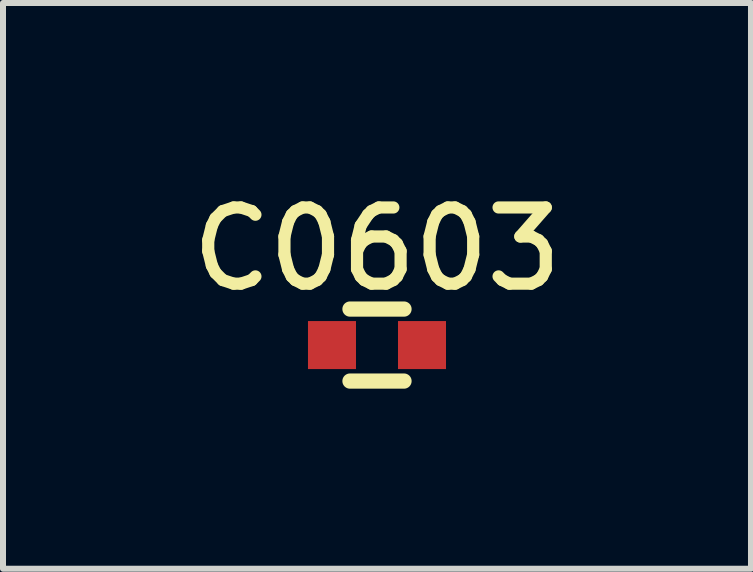
<source format=kicad_pcb>
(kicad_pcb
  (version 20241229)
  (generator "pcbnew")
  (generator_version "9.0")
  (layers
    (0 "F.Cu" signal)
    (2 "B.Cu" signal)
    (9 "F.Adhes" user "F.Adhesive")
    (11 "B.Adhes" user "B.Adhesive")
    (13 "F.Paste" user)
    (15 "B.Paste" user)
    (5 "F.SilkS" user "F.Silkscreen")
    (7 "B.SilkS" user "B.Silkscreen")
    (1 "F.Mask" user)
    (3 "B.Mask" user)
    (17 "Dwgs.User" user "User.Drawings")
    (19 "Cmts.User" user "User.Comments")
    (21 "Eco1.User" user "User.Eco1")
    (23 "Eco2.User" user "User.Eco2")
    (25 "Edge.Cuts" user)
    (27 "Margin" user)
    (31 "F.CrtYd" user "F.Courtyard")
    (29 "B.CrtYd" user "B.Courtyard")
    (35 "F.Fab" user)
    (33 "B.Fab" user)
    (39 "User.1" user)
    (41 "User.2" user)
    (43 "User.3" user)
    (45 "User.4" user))
  (footprint "C0603"
    (layer "F.Cu")
    (at 2.482 2.7)
    (property "Reference" "C0603" (at 0.75 -1.6 0) (layer "F.SilkS") (effects (font (size 1.27 1.27) (thickness 0.203))))
    (attr through_hole)
    (fp_line (start 0.3 -0.6) (end 1.2 -0.6) (stroke (width 0.254) (type solid)) (layer "F.SilkS"))
    (fp_line (start 0.3 0.6) (end 1.2 0.6) (stroke (width 0.254) (type solid)) (layer "F.SilkS"))
    (pad "1" smd rect (at 0 0) (size 0.8 0.8) (layers "F.Cu" "F.Mask" "F.Paste"))
    (pad "2" smd rect (at 1.5 0) (size 0.8 0.8) (layers "F.Cu" "F.Mask" "F.Paste")))
  (gr_rect
    (start -3 -3)
    (end 9.464 6.427)
    (stroke (width 0.1) (type default))
    (fill no)
    (layer "Edge.Cuts")))
</source>
